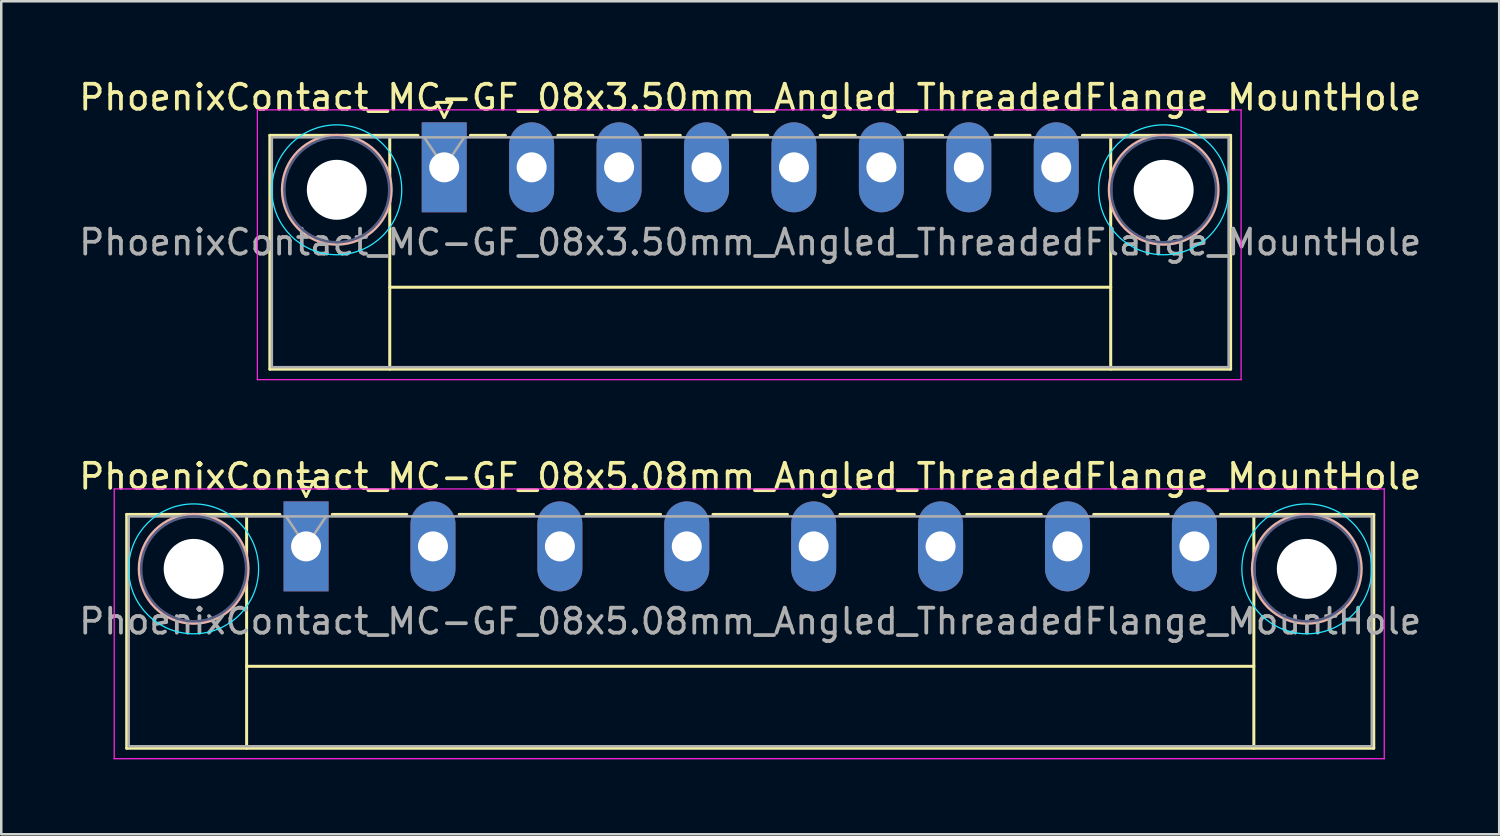
<source format=kicad_pcb>
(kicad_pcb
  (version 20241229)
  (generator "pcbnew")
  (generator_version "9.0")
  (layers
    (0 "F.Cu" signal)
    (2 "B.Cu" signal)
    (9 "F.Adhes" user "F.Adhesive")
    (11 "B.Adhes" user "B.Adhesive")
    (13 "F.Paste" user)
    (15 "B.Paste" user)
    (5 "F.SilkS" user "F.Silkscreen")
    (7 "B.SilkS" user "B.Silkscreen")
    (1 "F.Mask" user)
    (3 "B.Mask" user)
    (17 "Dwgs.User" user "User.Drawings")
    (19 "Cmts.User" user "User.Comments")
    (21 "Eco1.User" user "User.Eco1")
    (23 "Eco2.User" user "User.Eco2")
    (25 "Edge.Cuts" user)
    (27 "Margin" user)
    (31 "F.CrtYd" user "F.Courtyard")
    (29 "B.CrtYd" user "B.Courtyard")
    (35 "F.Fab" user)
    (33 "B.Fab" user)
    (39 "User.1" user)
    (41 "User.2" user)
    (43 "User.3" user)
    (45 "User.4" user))
  (footprint "PhoenixContact_MC-GF_08x5.08mm_Angled_ThreadedFlange_MountHole"
    (layer "F.Cu")
    (at 9.202 18.822)
    (property "Reference" "PhoenixContact_MC-GF_08x5.08mm_Angled_ThreadedFlange_MountHole" (at 17.78 -2.8 0) (layer "F.SilkS") (effects (font (size 1 1) (thickness 0.15))))
    (attr through_hole)
    (fp_line (start -7.18 -1.28) (end -7.18 8.08) (stroke (width 0.12) (type solid)) (layer "F.SilkS"))
    (fp_line (start -7.18 -1.28) (end -1.05 -1.28) (stroke (width 0.12) (type solid)) (layer "F.SilkS"))
    (fp_line (start -7.18 8.08) (end 42.74 8.08) (stroke (width 0.12) (type solid)) (layer "F.SilkS"))
    (fp_line (start -2.38 -1.28) (end -2.38 8.08) (stroke (width 0.12) (type solid)) (layer "F.SilkS"))
    (fp_line (start -2.38 4.8) (end 37.94 4.8) (stroke (width 0.12) (type solid)) (layer "F.SilkS"))
    (fp_line (start -0.3 -2.6) (end 0.3 -2.6) (stroke (width 0.12) (type solid)) (layer "F.SilkS"))
    (fp_line (start 0 -2) (end -0.3 -2.6) (stroke (width 0.12) (type solid)) (layer "F.SilkS"))
    (fp_line (start 0.3 -2.6) (end 0 -2) (stroke (width 0.12) (type solid)) (layer "F.SilkS"))
    (fp_line (start 1.05 -1.28) (end 4.03 -1.28) (stroke (width 0.12) (type solid)) (layer "F.SilkS"))
    (fp_line (start 6.13 -1.28) (end 9.11 -1.28) (stroke (width 0.12) (type solid)) (layer "F.SilkS"))
    (fp_line (start 11.21 -1.28) (end 14.19 -1.28) (stroke (width 0.12) (type solid)) (layer "F.SilkS"))
    (fp_line (start 16.29 -1.28) (end 19.27 -1.28) (stroke (width 0.12) (type solid)) (layer "F.SilkS"))
    (fp_line (start 21.37 -1.28) (end 24.35 -1.28) (stroke (width 0.12) (type solid)) (layer "F.SilkS"))
    (fp_line (start 26.45 -1.28) (end 29.43 -1.28) (stroke (width 0.12) (type solid)) (layer "F.SilkS"))
    (fp_line (start 31.53 -1.28) (end 34.51 -1.28) (stroke (width 0.12) (type solid)) (layer "F.SilkS"))
    (fp_line (start 37.94 -1.28) (end 37.94 8.08) (stroke (width 0.12) (type solid)) (layer "F.SilkS"))
    (fp_line (start 42.74 -1.28) (end 36.61 -1.28) (stroke (width 0.12) (type solid)) (layer "F.SilkS"))
    (fp_line (start 42.74 8.08) (end 42.74 -1.28) (stroke (width 0.12) (type solid)) (layer "F.SilkS"))
    (fp_circle (center -4.5 0.9) (end -2.32 0.9) (stroke (width 0.12) (type solid)) (fill no) (layer "B.SilkS"))
    (fp_circle (center 40.06 0.9) (end 42.24 0.9) (stroke (width 0.12) (type solid)) (fill no) (layer "B.SilkS"))
    (fp_circle (center -4.5 0.9) (end -1.9 0.9) (stroke (width 0.05) (type solid)) (fill no) (layer "B.CrtYd"))
    (fp_circle (center 40.06 0.9) (end 42.66 0.9) (stroke (width 0.05) (type solid)) (fill no) (layer "B.CrtYd"))
    (fp_line (start -7.68 -2.3) (end -7.68 8.5) (stroke (width 0.05) (type solid)) (layer "F.CrtYd"))
    (fp_line (start -7.68 8.5) (end 43.16 8.5) (stroke (width 0.05) (type solid)) (layer "F.CrtYd"))
    (fp_line (start 43.16 -2.3) (end -7.68 -2.3) (stroke (width 0.05) (type solid)) (layer "F.CrtYd"))
    (fp_line (start 43.16 8.5) (end 43.16 -2.3) (stroke (width 0.05) (type solid)) (layer "F.CrtYd"))
    (fp_circle (center -4.5 0.9) (end -2.4 0.9) (stroke (width 0.1) (type solid)) (fill no) (layer "B.Fab"))
    (fp_circle (center 40.06 0.9) (end 42.16 0.9) (stroke (width 0.1) (type solid)) (fill no) (layer "B.Fab"))
    (fp_line (start -7.1 -1.2) (end -7.1 8) (stroke (width 0.1) (type solid)) (layer "F.Fab"))
    (fp_line (start -7.1 8) (end 42.66 8) (stroke (width 0.1) (type solid)) (layer "F.Fab"))
    (fp_line (start 0 0) (end -0.8 -1.2) (stroke (width 0.1) (type solid)) (layer "F.Fab"))
    (fp_line (start 0.8 -1.2) (end 0 0) (stroke (width 0.1) (type solid)) (layer "F.Fab"))
    (fp_line (start 42.66 -1.2) (end -7.1 -1.2) (stroke (width 0.1) (type solid)) (layer "F.Fab"))
    (fp_line (start 42.66 8) (end 42.66 -1.2) (stroke (width 0.1) (type solid)) (layer "F.Fab"))
    (fp_text user "${REFERENCE}" (at 17.78 3 0) (layer "F.Fab") (effects (font (size 1 1) (thickness 0.15))))
    (pad "" np_thru_hole circle (at -4.5 0.9) (size 2.4 2.4) (drill 2.4) (layers "*.Cu" "*.Mask"))
    (pad "" np_thru_hole circle (at 40.06 0.9) (size 2.4 2.4) (drill 2.4) (layers "*.Cu" "*.Mask"))
    (pad "1" thru_hole rect (at 0 0) (size 1.8 3.6) (drill 1.2) (layers "*.Cu" "*.Mask"))
    (pad "2" thru_hole oval (at 5.08 0) (size 1.8 3.6) (drill 1.2) (layers "*.Cu" "*.Mask"))
    (pad "3" thru_hole oval (at 10.16 0) (size 1.8 3.6) (drill 1.2) (layers "*.Cu" "*.Mask"))
    (pad "4" thru_hole oval (at 15.24 0) (size 1.8 3.6) (drill 1.2) (layers "*.Cu" "*.Mask"))
    (pad "5" thru_hole oval (at 20.32 0) (size 1.8 3.6) (drill 1.2) (layers "*.Cu" "*.Mask"))
    (pad "6" thru_hole oval (at 25.4 0) (size 1.8 3.6) (drill 1.2) (layers "*.Cu" "*.Mask"))
    (pad "7" thru_hole oval (at 30.48 0) (size 1.8 3.6) (drill 1.2) (layers "*.Cu" "*.Mask"))
    (pad "8" thru_hole oval (at 35.56 0) (size 1.8 3.6) (drill 1.2) (layers "*.Cu" "*.Mask")))
  (footprint "PhoenixContact_MC-GF_08x3.50mm_Angled_ThreadedFlange_MountHole"
    (layer "F.Cu")
    (at 14.732 3.648)
    (property "Reference" "PhoenixContact_MC-GF_08x3.50mm_Angled_ThreadedFlange_MountHole" (at 12.25 -2.8 0) (layer "F.SilkS") (effects (font (size 1 1) (thickness 0.15))))
    (attr through_hole)
    (fp_line (start -6.98 -1.28) (end -6.98 8.08) (stroke (width 0.12) (type solid)) (layer "F.SilkS"))
    (fp_line (start -6.98 -1.28) (end -1.05 -1.28) (stroke (width 0.12) (type solid)) (layer "F.SilkS"))
    (fp_line (start -6.98 8.08) (end 31.48 8.08) (stroke (width 0.12) (type solid)) (layer "F.SilkS"))
    (fp_line (start -2.18 -1.28) (end -2.18 8.08) (stroke (width 0.12) (type solid)) (layer "F.SilkS"))
    (fp_line (start -2.18 4.8) (end 26.68 4.8) (stroke (width 0.12) (type solid)) (layer "F.SilkS"))
    (fp_line (start -0.3 -2.6) (end 0.3 -2.6) (stroke (width 0.12) (type solid)) (layer "F.SilkS"))
    (fp_line (start 0 -2) (end -0.3 -2.6) (stroke (width 0.12) (type solid)) (layer "F.SilkS"))
    (fp_line (start 0.3 -2.6) (end 0 -2) (stroke (width 0.12) (type solid)) (layer "F.SilkS"))
    (fp_line (start 1.05 -1.28) (end 2.45 -1.28) (stroke (width 0.12) (type solid)) (layer "F.SilkS"))
    (fp_line (start 4.55 -1.28) (end 5.95 -1.28) (stroke (width 0.12) (type solid)) (layer "F.SilkS"))
    (fp_line (start 8.05 -1.28) (end 9.45 -1.28) (stroke (width 0.12) (type solid)) (layer "F.SilkS"))
    (fp_line (start 11.55 -1.28) (end 12.95 -1.28) (stroke (width 0.12) (type solid)) (layer "F.SilkS"))
    (fp_line (start 15.05 -1.28) (end 16.45 -1.28) (stroke (width 0.12) (type solid)) (layer "F.SilkS"))
    (fp_line (start 18.55 -1.28) (end 19.95 -1.28) (stroke (width 0.12) (type solid)) (layer "F.SilkS"))
    (fp_line (start 22.05 -1.28) (end 23.45 -1.28) (stroke (width 0.12) (type solid)) (layer "F.SilkS"))
    (fp_line (start 26.68 -1.28) (end 26.68 8.08) (stroke (width 0.12) (type solid)) (layer "F.SilkS"))
    (fp_line (start 31.48 -1.28) (end 25.55 -1.28) (stroke (width 0.12) (type solid)) (layer "F.SilkS"))
    (fp_line (start 31.48 8.08) (end 31.48 -1.28) (stroke (width 0.12) (type solid)) (layer "F.SilkS"))
    (fp_circle (center -4.3 0.9) (end -2.12 0.9) (stroke (width 0.12) (type solid)) (fill no) (layer "B.SilkS"))
    (fp_circle (center 28.8 0.9) (end 30.98 0.9) (stroke (width 0.12) (type solid)) (fill no) (layer "B.SilkS"))
    (fp_circle (center -4.3 0.9) (end -1.7 0.9) (stroke (width 0.05) (type solid)) (fill no) (layer "B.CrtYd"))
    (fp_circle (center 28.8 0.9) (end 31.4 0.9) (stroke (width 0.05) (type solid)) (fill no) (layer "B.CrtYd"))
    (fp_line (start -7.48 -2.3) (end -7.48 8.5) (stroke (width 0.05) (type solid)) (layer "F.CrtYd"))
    (fp_line (start -7.48 8.5) (end 31.9 8.5) (stroke (width 0.05) (type solid)) (layer "F.CrtYd"))
    (fp_line (start 31.9 -2.3) (end -7.48 -2.3) (stroke (width 0.05) (type solid)) (layer "F.CrtYd"))
    (fp_line (start 31.9 8.5) (end 31.9 -2.3) (stroke (width 0.05) (type solid)) (layer "F.CrtYd"))
    (fp_circle (center -4.3 0.9) (end -2.2 0.9) (stroke (width 0.1) (type solid)) (fill no) (layer "B.Fab"))
    (fp_circle (center 28.8 0.9) (end 30.9 0.9) (stroke (width 0.1) (type solid)) (fill no) (layer "B.Fab"))
    (fp_line (start -6.9 -1.2) (end -6.9 8) (stroke (width 0.1) (type solid)) (layer "F.Fab"))
    (fp_line (start -6.9 8) (end 31.4 8) (stroke (width 0.1) (type solid)) (layer "F.Fab"))
    (fp_line (start 0 0) (end -0.8 -1.2) (stroke (width 0.1) (type solid)) (layer "F.Fab"))
    (fp_line (start 0.8 -1.2) (end 0 0) (stroke (width 0.1) (type solid)) (layer "F.Fab"))
    (fp_line (start 31.4 -1.2) (end -6.9 -1.2) (stroke (width 0.1) (type solid)) (layer "F.Fab"))
    (fp_line (start 31.4 8) (end 31.4 -1.2) (stroke (width 0.1) (type solid)) (layer "F.Fab"))
    (fp_text user "${REFERENCE}" (at 12.25 3 0) (layer "F.Fab") (effects (font (size 1 1) (thickness 0.15))))
    (pad "" np_thru_hole circle (at -4.3 0.9) (size 2.4 2.4) (drill 2.4) (layers "*.Cu" "*.Mask"))
    (pad "" np_thru_hole circle (at 28.8 0.9) (size 2.4 2.4) (drill 2.4) (layers "*.Cu" "*.Mask"))
    (pad "1" thru_hole rect (at 0 0) (size 1.8 3.6) (drill 1.2) (layers "*.Cu" "*.Mask"))
    (pad "2" thru_hole oval (at 3.5 0) (size 1.8 3.6) (drill 1.2) (layers "*.Cu" "*.Mask"))
    (pad "3" thru_hole oval (at 7 0) (size 1.8 3.6) (drill 1.2) (layers "*.Cu" "*.Mask"))
    (pad "4" thru_hole oval (at 10.5 0) (size 1.8 3.6) (drill 1.2) (layers "*.Cu" "*.Mask"))
    (pad "5" thru_hole oval (at 14 0) (size 1.8 3.6) (drill 1.2) (layers "*.Cu" "*.Mask"))
    (pad "6" thru_hole oval (at 17.5 0) (size 1.8 3.6) (drill 1.2) (layers "*.Cu" "*.Mask"))
    (pad "7" thru_hole oval (at 21 0) (size 1.8 3.6) (drill 1.2) (layers "*.Cu" "*.Mask"))
    (pad "8" thru_hole oval (at 24.5 0) (size 1.8 3.6) (drill 1.2) (layers "*.Cu" "*.Mask")))
  (gr_rect
    (start -3 -3)
    (end 56.964 30.346)
    (stroke (width 0.1) (type default))
    (fill no)
    (layer "Edge.Cuts")))
</source>
